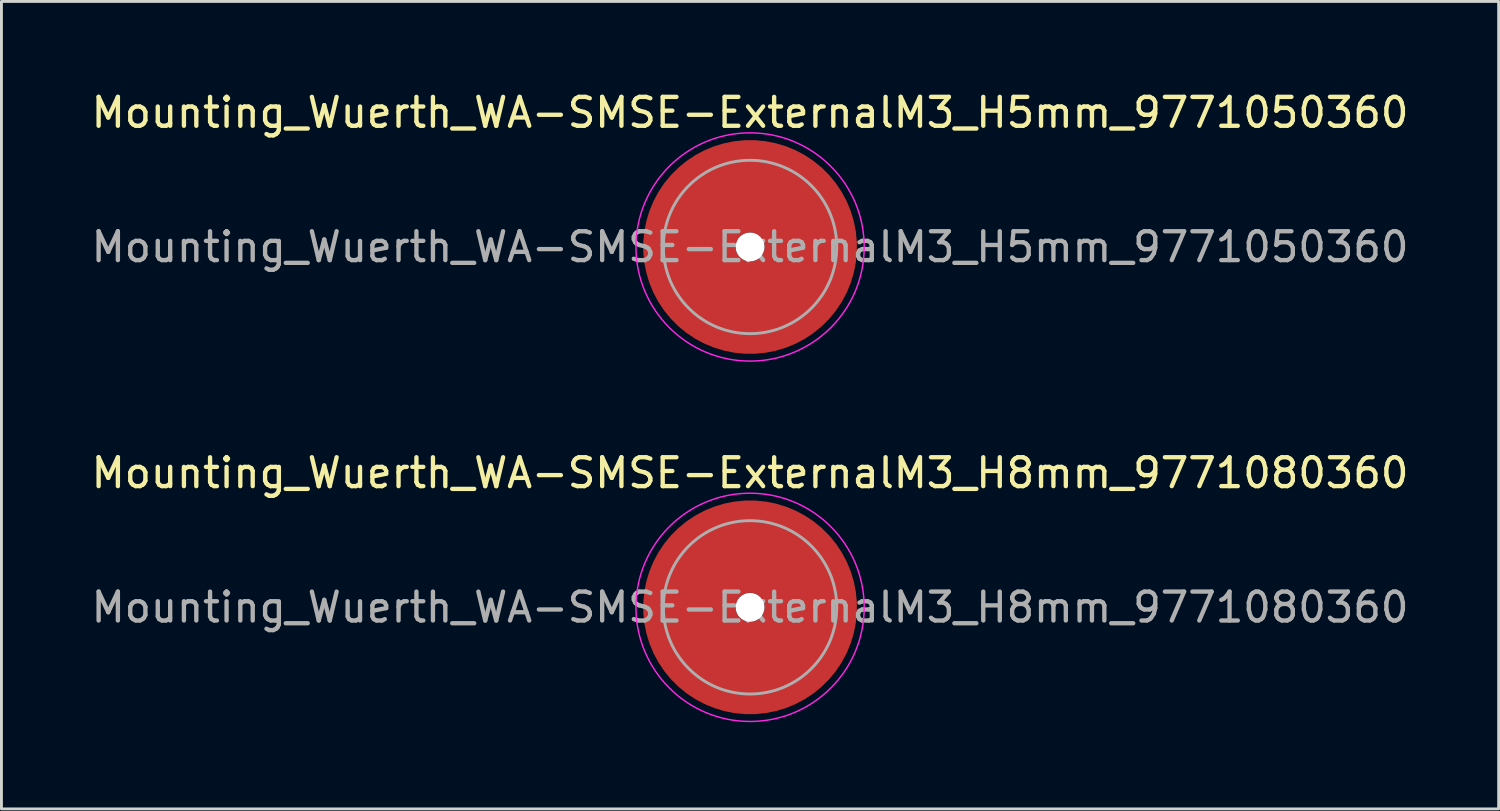
<source format=kicad_pcb>
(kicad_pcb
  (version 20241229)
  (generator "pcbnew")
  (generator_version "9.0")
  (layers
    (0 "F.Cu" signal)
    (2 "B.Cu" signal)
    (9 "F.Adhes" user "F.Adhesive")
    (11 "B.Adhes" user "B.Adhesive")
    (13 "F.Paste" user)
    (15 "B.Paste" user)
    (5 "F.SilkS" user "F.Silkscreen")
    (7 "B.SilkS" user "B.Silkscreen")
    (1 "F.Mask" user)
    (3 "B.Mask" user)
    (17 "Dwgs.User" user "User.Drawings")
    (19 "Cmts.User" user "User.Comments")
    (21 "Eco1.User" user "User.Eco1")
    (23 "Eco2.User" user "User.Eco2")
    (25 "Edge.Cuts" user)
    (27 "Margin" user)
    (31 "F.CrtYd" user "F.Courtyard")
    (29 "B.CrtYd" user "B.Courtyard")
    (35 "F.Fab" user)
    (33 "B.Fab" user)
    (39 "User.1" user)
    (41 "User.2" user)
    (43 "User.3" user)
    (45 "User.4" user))
  (footprint "Mounting_Wuerth_WA-SMSE-ExternalM3_H8mm_9771080360"
    (layer "F.Cu")
    (at 22.911 17.971)
    (property "Reference" "Mounting_Wuerth_WA-SMSE-ExternalM3_H8mm_9771080360" (at 0 -4.65 0) (layer "F.SilkS") (effects (font (size 1 1) (thickness 0.15))))
    (attr smd)
    (fp_circle (center 0 0) (end 3.95 0) (stroke (width 0.05) (type solid)) (fill no) (layer "F.CrtYd"))
    (fp_circle (center 0 0) (end 3 0) (stroke (width 0.1) (type solid)) (fill no) (layer "F.Fab"))
    (fp_text user "${REFERENCE}" (at 0 0 0) (layer "F.Fab") (effects (font (size 1 1) (thickness 0.15))))
    (pad "" smd custom (at 0 -2.1) (size 2.6 2.6) (layers "F.Paste") (options (anchor circle)) (primitives (gr_arc (start -0.305123 1.47) (mid -0.000513 1.4) (end 0.3042 1.469554) (width 0.2)) (gr_arc (start -0.493052 1.47) (mid -0.000664 1.3) (end 0.492006 1.469183) (width 0.2)) (gr_arc (start -0.642729 1.47) (mid -0.000361 1.2) (end 0.642223 1.469484) (width 0.2)) (gr_arc (start -0.776595 1.47) (mid -0.00087 1.1) (end 0.775497 1.468649) (width 0.2)) (gr_arc (start -0.901721 1.47) (mid -0.00018 1) (end 0.901515 1.469705) (width 0.2)) (gr_arc (start -1.021323 1.47) (mid -0.000665 0.9) (end 1.020624 1.468868) (width 0.2)) (gr_arc (start -1.137146 1.47) (mid -0.000289 0.8) (end 1.136866 1.469495) (width 0.2)) (gr_arc (start -1.25024 1.47) (mid -0.000155 0.7) (end 1.250101 1.469724) (width 0.2)) (gr_arc (start -1.361286 1.47) (mid -0.000403 0.6) (end 1.360947 1.469268) (width 0.2)) (gr_arc (start -1.470748 1.47) (mid -0.000334 0.5) (end 1.470485 1.469386) (width 0.2)) (gr_arc (start -1.578955 1.47) (mid -0.001427 0.400001) (end 1.577895 1.46735) (width 0.2)) (gr_arc (start -1.686149 1.47) (mid -0.000398 0.3) (end 1.68587 1.469254) (width 0.2)) (gr_arc (start -1.792512 1.47) (mid -0.001173 0.200001) (end 1.791733 1.467788) (width 0.2)) (gr_arc (start -1.898183 1.47) (mid -0.001368 0.100001) (end 1.897319 1.467404) (width 0.2)) (gr_arc (start -2.003272 1.47) (mid -0.001554 0.000001) (end 2.002338 1.467036) (width 0.2)) (gr_arc (start -2.107866 1.47) (mid -0.00037 -0.1) (end 2.107654 1.469292) (width 0.2)) (gr_arc (start -2.212035 1.47) (mid -0.00011 -0.2) (end 2.211975 1.469788) (width 0.2)) (gr_arc (start -2.315837 1.47) (mid -0.001322 -0.3) (end 2.315142 1.46745) (width 0.2)) (gr_arc (start -2.419318 1.47) (mid -0.000179 -0.4) (end 2.419228 1.469653) (width 0.2)) (gr_arc (start -2.522519 1.47) (mid -0.001235 -0.5) (end 2.521919 1.467604) (width 0.2)) (gr_arc (start -2.625471 1.47) (mid -0.000311 -0.6) (end 2.625326 1.469395) (width 0.2)) (gr_arc (start -2.728205 1.47) (mid -0.002303 -0.7) (end 2.727165 1.465513) (width 0.2)) (gr_arc (start -2.830742 1.47) (mid -0.000149 -0.8) (end 2.830677 1.469709) (width 0.2)) (gr_arc (start -2.933104 1.47) (mid -0.001447 -0.899999) (end 2.932495 1.46717) (width 0.2)) (gr_arc (start -3.035309 1.47) (mid -0.001317 -1) (end 3.034773 1.467421) (width 0.2)) (gr_arc (start -3.137372 1.47) (mid -0.002554 -1.099999) (end 3.136362 1.464993) (width 0.2)) (gr_arc (start -3.239305 1.47) (mid -0.002543 -1.199999) (end 3.23833 1.465008) (width 0.2)) (gr_arc (start -3.341123 1.47) (mid -0.001289 -1.3) (end 3.340644 1.467467) (width 0.2)) (gr_arc (start -3.442833 1.47) (mid -0.001847 -1.399999) (end 3.442166 1.466366) (width 0.2)) (gr_line (start 0.305 1.47) (end 3.443 1.47) (width 0.2)) (gr_line (start -0.305 1.47) (end -3.443 1.47) (width 0.2))))
    (pad "" np_thru_hole circle (at 0 0) (size 1 1) (drill 1) (layers "*.Cu" "*.Mask"))
    (pad "" smd custom (at 0 2.1) (size 2.6 2.6) (layers "F.Paste") (options (anchor circle)) (primitives (gr_arc (start 0.305123 -1.47) (mid 0.000513 -1.4) (end -0.3042 -1.469554) (width 0.2)) (gr_arc (start 0.493052 -1.47) (mid 0.000664 -1.3) (end -0.492006 -1.469183) (width 0.2)) (gr_arc (start 0.642729 -1.47) (mid 0.000361 -1.2) (end -0.642223 -1.469484) (width 0.2)) (gr_arc (start 0.776595 -1.47) (mid 0.00087 -1.1) (end -0.775497 -1.468649) (width 0.2)) (gr_arc (start 0.901721 -1.47) (mid 0.00018 -1) (end -0.901515 -1.469705) (width 0.2)) (gr_arc (start 1.021323 -1.47) (mid 0.000665 -0.9) (end -1.020624 -1.468868) (width 0.2)) (gr_arc (start 1.137146 -1.47) (mid 0.000289 -0.8) (end -1.136866 -1.469495) (width 0.2)) (gr_arc (start 1.25024 -1.47) (mid 0.000155 -0.7) (end -1.250101 -1.469724) (width 0.2)) (gr_arc (start 1.361286 -1.47) (mid 0.000403 -0.6) (end -1.360947 -1.469268) (width 0.2)) (gr_arc (start 1.470748 -1.47) (mid 0.000334 -0.5) (end -1.470485 -1.469386) (width 0.2)) (gr_arc (start 1.578955 -1.47) (mid 0.001427 -0.400001) (end -1.577895 -1.46735) (width 0.2)) (gr_arc (start 1.686149 -1.47) (mid 0.000398 -0.3) (end -1.68587 -1.469254) (width 0.2)) (gr_arc (start 1.792512 -1.47) (mid 0.001173 -0.200001) (end -1.791733 -1.467788) (width 0.2)) (gr_arc (start 1.898183 -1.47) (mid 0.001368 -0.100001) (end -1.897319 -1.467404) (width 0.2)) (gr_arc (start 2.003272 -1.47) (mid 0.001554 -0.000002) (end -2.002338 -1.467036) (width 0.2)) (gr_arc (start 2.107866 -1.47) (mid 0.00037 0.1) (end -2.107654 -1.469292) (width 0.2)) (gr_arc (start 2.212035 -1.47) (mid 0.00011 0.2) (end -2.211975 -1.469788) (width 0.2)) (gr_arc (start 2.315837 -1.47) (mid 0.001322 0.3) (end -2.315142 -1.46745) (width 0.2)) (gr_arc (start 2.419318 -1.47) (mid 0.000179 0.4) (end -2.419228 -1.469653) (width 0.2)) (gr_arc (start 2.522519 -1.47) (mid 0.001235 0.5) (end -2.521919 -1.467604) (width 0.2)) (gr_arc (start 2.625471 -1.47) (mid 0.000311 0.6) (end -2.625326 -1.469395) (width 0.2)) (gr_arc (start 2.728205 -1.47) (mid 0.002303 0.7) (end -2.727165 -1.465513) (width 0.2)) (gr_arc (start 2.830742 -1.47) (mid 0.000149 0.8) (end -2.830677 -1.469709) (width 0.2)) (gr_arc (start 2.933104 -1.47) (mid 0.001447 0.899999) (end -2.932495 -1.46717) (width 0.2)) (gr_arc (start 3.035309 -1.47) (mid 0.001317 1) (end -3.034773 -1.467421) (width 0.2)) (gr_arc (start 3.137372 -1.47) (mid 0.002554 1.099999) (end -3.136362 -1.464993) (width 0.2)) (gr_arc (start 3.239305 -1.47) (mid 0.002543 1.199999) (end -3.23833 -1.465008) (width 0.2)) (gr_arc (start 3.341123 -1.47) (mid 0.001289 1.3) (end -3.340644 -1.467467) (width 0.2)) (gr_arc (start 3.442833 -1.47) (mid 0.001847 1.399999) (end -3.442166 -1.466366) (width 0.2)) (gr_line (start -0.305 -1.47) (end -3.443 -1.47) (width 0.2)) (gr_line (start 0.305 -1.47) (end 3.443 -1.47) (width 0.2))))
    (pad "1" smd circle (at -2.1 0) (size 2.8 2.8) (layers "F.Cu"))
    (pad "1" smd circle (at 0 -2.1) (size 2.8 2.8) (layers "F.Cu"))
    (pad "1" smd circle (at 0 2.1) (size 2.8 2.8) (layers "F.Cu"))
    (pad "1" smd custom (at 2.1 0) (size 2.8 2.8) (layers "F.Cu" "F.Mask") (options (anchor circle)) (primitives (gr_circle (center -2.1 0) (end 0 0) (width 3.2) (fill no)))))
  (footprint "Mounting_Wuerth_WA-SMSE-ExternalM3_H5mm_9771050360"
    (layer "F.Cu")
    (at 22.911 5.498)
    (property "Reference" "Mounting_Wuerth_WA-SMSE-ExternalM3_H5mm_9771050360" (at 0 -4.65 0) (layer "F.SilkS") (effects (font (size 1 1) (thickness 0.15))))
    (attr smd)
    (fp_circle (center 0 0) (end 3.95 0) (stroke (width 0.05) (type solid)) (fill no) (layer "F.CrtYd"))
    (fp_circle (center 0 0) (end 3 0) (stroke (width 0.1) (type solid)) (fill no) (layer "F.Fab"))
    (fp_text user "${REFERENCE}" (at 0 0 0) (layer "F.Fab") (effects (font (size 1 1) (thickness 0.15))))
    (pad "" smd custom (at 0 -2.1) (size 2.6 2.6) (layers "F.Paste") (options (anchor circle)) (primitives (gr_arc (start -0.305123 1.47) (mid -0.000513 1.4) (end 0.3042 1.469554) (width 0.2)) (gr_arc (start -0.493052 1.47) (mid -0.000664 1.3) (end 0.492006 1.469183) (width 0.2)) (gr_arc (start -0.642729 1.47) (mid -0.000361 1.2) (end 0.642223 1.469484) (width 0.2)) (gr_arc (start -0.776595 1.47) (mid -0.00087 1.1) (end 0.775497 1.468649) (width 0.2)) (gr_arc (start -0.901721 1.47) (mid -0.00018 1) (end 0.901515 1.469705) (width 0.2)) (gr_arc (start -1.021323 1.47) (mid -0.000665 0.9) (end 1.020624 1.468868) (width 0.2)) (gr_arc (start -1.137146 1.47) (mid -0.000289 0.8) (end 1.136866 1.469495) (width 0.2)) (gr_arc (start -1.25024 1.47) (mid -0.000155 0.7) (end 1.250101 1.469724) (width 0.2)) (gr_arc (start -1.361286 1.47) (mid -0.000403 0.6) (end 1.360947 1.469268) (width 0.2)) (gr_arc (start -1.470748 1.47) (mid -0.000334 0.5) (end 1.470485 1.469386) (width 0.2)) (gr_arc (start -1.578955 1.47) (mid -0.001427 0.400001) (end 1.577895 1.46735) (width 0.2)) (gr_arc (start -1.686149 1.47) (mid -0.000398 0.3) (end 1.68587 1.469254) (width 0.2)) (gr_arc (start -1.792512 1.47) (mid -0.001173 0.200001) (end 1.791733 1.467788) (width 0.2)) (gr_arc (start -1.898183 1.47) (mid -0.001368 0.100001) (end 1.897319 1.467404) (width 0.2)) (gr_arc (start -2.003272 1.47) (mid -0.001554 0.000001) (end 2.002338 1.467036) (width 0.2)) (gr_arc (start -2.107866 1.47) (mid -0.00037 -0.1) (end 2.107654 1.469292) (width 0.2)) (gr_arc (start -2.212035 1.47) (mid -0.00011 -0.2) (end 2.211975 1.469788) (width 0.2)) (gr_arc (start -2.315837 1.47) (mid -0.001322 -0.3) (end 2.315142 1.46745) (width 0.2)) (gr_arc (start -2.419318 1.47) (mid -0.000179 -0.4) (end 2.419228 1.469653) (width 0.2)) (gr_arc (start -2.522519 1.47) (mid -0.001235 -0.5) (end 2.521919 1.467604) (width 0.2)) (gr_arc (start -2.625471 1.47) (mid -0.000311 -0.6) (end 2.625326 1.469395) (width 0.2)) (gr_arc (start -2.728205 1.47) (mid -0.002303 -0.7) (end 2.727165 1.465513) (width 0.2)) (gr_arc (start -2.830742 1.47) (mid -0.000149 -0.8) (end 2.830677 1.469709) (width 0.2)) (gr_arc (start -2.933104 1.47) (mid -0.001447 -0.899999) (end 2.932495 1.46717) (width 0.2)) (gr_arc (start -3.035309 1.47) (mid -0.001317 -1) (end 3.034773 1.467421) (width 0.2)) (gr_arc (start -3.137372 1.47) (mid -0.002554 -1.099999) (end 3.136362 1.464993) (width 0.2)) (gr_arc (start -3.239305 1.47) (mid -0.002543 -1.199999) (end 3.23833 1.465008) (width 0.2)) (gr_arc (start -3.341123 1.47) (mid -0.001289 -1.3) (end 3.340644 1.467467) (width 0.2)) (gr_arc (start -3.442833 1.47) (mid -0.001847 -1.399999) (end 3.442166 1.466366) (width 0.2)) (gr_line (start 0.305 1.47) (end 3.443 1.47) (width 0.2)) (gr_line (start -0.305 1.47) (end -3.443 1.47) (width 0.2))))
    (pad "" np_thru_hole circle (at 0 0) (size 1 1) (drill 1) (layers "*.Cu" "*.Mask"))
    (pad "" smd custom (at 0 2.1) (size 2.6 2.6) (layers "F.Paste") (options (anchor circle)) (primitives (gr_arc (start 0.305123 -1.47) (mid 0.000513 -1.4) (end -0.3042 -1.469554) (width 0.2)) (gr_arc (start 0.493052 -1.47) (mid 0.000664 -1.3) (end -0.492006 -1.469183) (width 0.2)) (gr_arc (start 0.642729 -1.47) (mid 0.000361 -1.2) (end -0.642223 -1.469484) (width 0.2)) (gr_arc (start 0.776595 -1.47) (mid 0.00087 -1.1) (end -0.775497 -1.468649) (width 0.2)) (gr_arc (start 0.901721 -1.47) (mid 0.00018 -1) (end -0.901515 -1.469705) (width 0.2)) (gr_arc (start 1.021323 -1.47) (mid 0.000665 -0.9) (end -1.020624 -1.468868) (width 0.2)) (gr_arc (start 1.137146 -1.47) (mid 0.000289 -0.8) (end -1.136866 -1.469495) (width 0.2)) (gr_arc (start 1.25024 -1.47) (mid 0.000155 -0.7) (end -1.250101 -1.469724) (width 0.2)) (gr_arc (start 1.361286 -1.47) (mid 0.000403 -0.6) (end -1.360947 -1.469268) (width 0.2)) (gr_arc (start 1.470748 -1.47) (mid 0.000334 -0.5) (end -1.470485 -1.469386) (width 0.2)) (gr_arc (start 1.578955 -1.47) (mid 0.001427 -0.400001) (end -1.577895 -1.46735) (width 0.2)) (gr_arc (start 1.686149 -1.47) (mid 0.000398 -0.3) (end -1.68587 -1.469254) (width 0.2)) (gr_arc (start 1.792512 -1.47) (mid 0.001173 -0.200001) (end -1.791733 -1.467788) (width 0.2)) (gr_arc (start 1.898183 -1.47) (mid 0.001368 -0.100001) (end -1.897319 -1.467404) (width 0.2)) (gr_arc (start 2.003272 -1.47) (mid 0.001554 -0.000002) (end -2.002338 -1.467036) (width 0.2)) (gr_arc (start 2.107866 -1.47) (mid 0.00037 0.1) (end -2.107654 -1.469292) (width 0.2)) (gr_arc (start 2.212035 -1.47) (mid 0.00011 0.2) (end -2.211975 -1.469788) (width 0.2)) (gr_arc (start 2.315837 -1.47) (mid 0.001322 0.3) (end -2.315142 -1.46745) (width 0.2)) (gr_arc (start 2.419318 -1.47) (mid 0.000179 0.4) (end -2.419228 -1.469653) (width 0.2)) (gr_arc (start 2.522519 -1.47) (mid 0.001235 0.5) (end -2.521919 -1.467604) (width 0.2)) (gr_arc (start 2.625471 -1.47) (mid 0.000311 0.6) (end -2.625326 -1.469395) (width 0.2)) (gr_arc (start 2.728205 -1.47) (mid 0.002303 0.7) (end -2.727165 -1.465513) (width 0.2)) (gr_arc (start 2.830742 -1.47) (mid 0.000149 0.8) (end -2.830677 -1.469709) (width 0.2)) (gr_arc (start 2.933104 -1.47) (mid 0.001447 0.899999) (end -2.932495 -1.46717) (width 0.2)) (gr_arc (start 3.035309 -1.47) (mid 0.001317 1) (end -3.034773 -1.467421) (width 0.2)) (gr_arc (start 3.137372 -1.47) (mid 0.002554 1.099999) (end -3.136362 -1.464993) (width 0.2)) (gr_arc (start 3.239305 -1.47) (mid 0.002543 1.199999) (end -3.23833 -1.465008) (width 0.2)) (gr_arc (start 3.341123 -1.47) (mid 0.001289 1.3) (end -3.340644 -1.467467) (width 0.2)) (gr_arc (start 3.442833 -1.47) (mid 0.001847 1.399999) (end -3.442166 -1.466366) (width 0.2)) (gr_line (start -0.305 -1.47) (end -3.443 -1.47) (width 0.2)) (gr_line (start 0.305 -1.47) (end 3.443 -1.47) (width 0.2))))
    (pad "1" smd circle (at -2.1 0) (size 2.8 2.8) (layers "F.Cu"))
    (pad "1" smd circle (at 0 -2.1) (size 2.8 2.8) (layers "F.Cu"))
    (pad "1" smd circle (at 0 2.1) (size 2.8 2.8) (layers "F.Cu"))
    (pad "1" smd custom (at 2.1 0) (size 2.8 2.8) (layers "F.Cu" "F.Mask") (options (anchor circle)) (primitives (gr_circle (center -2.1 0) (end 0 0) (width 3.2) (fill no)))))
  (gr_rect
    (start -3 -3)
    (end 48.821 24.947)
    (stroke (width 0.1) (type default))
    (fill no)
    (layer "Edge.Cuts")))
</source>
